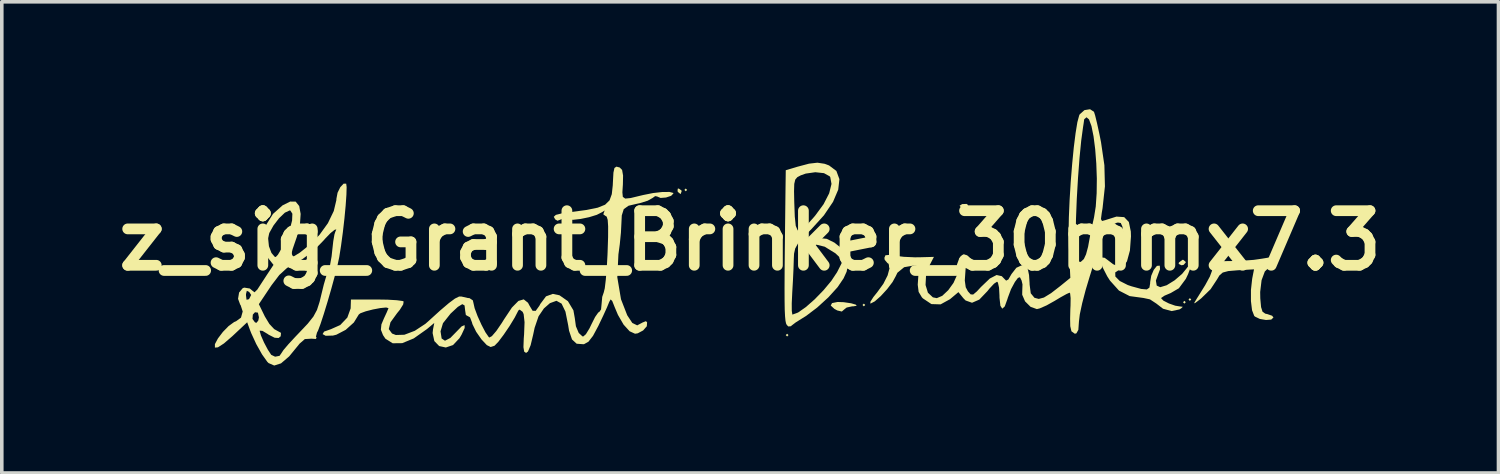
<source format=kicad_pcb>
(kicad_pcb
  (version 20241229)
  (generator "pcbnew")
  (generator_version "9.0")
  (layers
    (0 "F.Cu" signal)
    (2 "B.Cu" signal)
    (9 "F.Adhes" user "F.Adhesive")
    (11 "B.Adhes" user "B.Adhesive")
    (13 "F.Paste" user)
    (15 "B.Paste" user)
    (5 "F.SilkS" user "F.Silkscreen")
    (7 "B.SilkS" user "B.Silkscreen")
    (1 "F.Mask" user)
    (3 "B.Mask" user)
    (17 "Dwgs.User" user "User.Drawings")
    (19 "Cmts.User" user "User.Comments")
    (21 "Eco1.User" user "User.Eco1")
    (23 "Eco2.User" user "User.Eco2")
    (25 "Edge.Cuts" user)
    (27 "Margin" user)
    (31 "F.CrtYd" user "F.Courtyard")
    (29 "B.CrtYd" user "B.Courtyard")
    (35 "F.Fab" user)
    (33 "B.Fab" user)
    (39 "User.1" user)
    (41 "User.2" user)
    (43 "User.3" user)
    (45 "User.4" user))
  (footprint "z_sig_Grant_Brinker_30mmx7.3"
    (layer "F.Cu")
    (at 17.896 3.668)
    (property "Reference" "z_sig_Grant_Brinker_30mmx7.3" (at 0 0 0) (layer "F.SilkS") (effects (font (size 1.524 1.524) (thickness 0.3))))
    (attr board_only exclude_from_pos_files exclude_from_bom)
    (fp_poly (pts (xy -1.76 -1.415) (xy -1.798 -1.377) (xy -1.836 -1.415) (xy -1.798 -1.454)) (stroke (width 0) (type solid)) (fill yes) (layer "F.SilkS"))
    (fp_poly (pts (xy 1.071 2.639) (xy 1.033 2.678) (xy 0.995 2.639) (xy 1.033 2.601)) (stroke (width 0) (type solid)) (fill yes) (layer "F.SilkS"))
    (fp_poly (pts (xy 3.213 1.798) (xy 3.175 1.836) (xy 3.137 1.798) (xy 3.175 1.76)) (stroke (width 0) (type solid)) (fill yes) (layer "F.SilkS"))
    (fp_poly (pts (xy 6.273 -0.727) (xy 6.235 -0.689) (xy 6.197 -0.727) (xy 6.235 -0.765)) (stroke (width 0) (type solid)) (fill yes) (layer "F.SilkS"))
    (fp_poly (pts (xy 11.858 0.574) (xy 11.82 0.612) (xy 11.782 0.574) (xy 11.82 0.536)) (stroke (width 0) (type solid)) (fill yes) (layer "F.SilkS"))
    (fp_poly (pts (xy 12.164 1.721) (xy 12.126 1.76) (xy 12.088 1.721) (xy 12.126 1.683)) (stroke (width 0) (type solid)) (fill yes) (layer "F.SilkS"))
    (fp_poly (pts (xy 12.317 1.645) (xy 12.279 1.683) (xy 12.241 1.645) (xy 12.279 1.607)) (stroke (width 0) (type solid)) (fill yes) (layer "F.SilkS"))
    (fp_poly (pts (xy 6.081 -0.997) (xy 6.082 -0.91) (xy 5.991 -0.881) (xy 5.9 -0.912) (xy 5.848 -0.973) (xy 5.92 -1.019) (xy 6.045 -1.024)) (stroke (width 0) (type solid)) (fill yes) (layer "F.SilkS"))
    (fp_poly (pts (xy -1.916 -1.398) (xy -1.913 -1.377) (xy -1.939 -1.303) (xy -1.946 -1.301) (xy -2.012 -1.354) (xy -2.027 -1.377) (xy -2.021 -1.448) (xy -1.994 -1.454)) (stroke (width 0) (type solid)) (fill yes) (layer "F.SilkS"))
    (fp_poly (pts (xy 12.162 0.594) (xy 12.164 0.612) (xy 12.102 0.679) (xy 12.045 0.689) (xy 11.966 0.651) (xy 11.973 0.612) (xy 12.071 0.538) (xy 12.092 0.536)) (stroke (width 0) (type solid)) (fill yes) (layer "F.SilkS"))
    (fp_poly (pts (xy 2.612 1.72) (xy 2.821 1.751) (xy 2.949 1.788) (xy 2.976 1.82) (xy 2.878 1.836) (xy 2.848 1.836) (xy 2.696 1.869) (xy 2.639 1.913) (xy 2.56 1.981) (xy 2.434 1.951) (xy 2.351 1.906) (xy 2.251 1.813) (xy 2.287 1.745) (xy 2.442 1.714)) (stroke (width 0) (type solid)) (fill yes) (layer "F.SilkS"))
    (fp_poly (pts (xy 14.588 0.488) (xy 14.613 0.559) (xy 14.613 0.566) (xy 14.556 0.7) (xy 14.505 0.735) (xy 14.372 0.862) (xy 14.281 1.106) (xy 14.242 1.434) (xy 14.245 1.614) (xy 14.267 1.857) (xy 14.308 1.986) (xy 14.386 2.041) (xy 14.441 2.052) (xy 14.575 2.098) (xy 14.613 2.147) (xy 14.551 2.206) (xy 14.404 2.217) (xy 14.233 2.188) (xy 14.096 2.122) (xy 14.075 2.101) (xy 14.015 1.945) (xy 13.984 1.689) (xy 13.984 1.381) (xy 14.018 1.072) (xy 14.025 1.033) (xy 14.07 0.803) (xy 13.613 0.829) (xy 13.352 0.851) (xy 13.197 0.892) (xy 13.103 0.974) (xy 13.039 1.082) (xy 12.857 1.358) (xy 12.595 1.613) (xy 12.507 1.683) (xy 12.412 1.753) (xy 12.403 1.735) (xy 12.477 1.612) (xy 12.501 1.575) (xy 12.709 1.24) (xy 12.837 1.004) (xy 12.898 0.841) (xy 12.903 0.729) (xy 12.898 0.709) (xy 12.89 0.638) (xy 12.941 0.596) (xy 13.082 0.577) (xy 13.341 0.572) (xy 13.408 0.572) (xy 13.741 0.562) (xy 14.064 0.538) (xy 14.287 0.506) (xy 14.492 0.472)) (stroke (width 0) (type solid)) (fill yes) (layer "F.SilkS"))
    (fp_poly (pts (xy 2.077 -2.145) (xy 2.203 -2.099) (xy 2.408 -1.945) (xy 2.493 -1.715) (xy 2.46 -1.423) (xy 2.315 -1.082) (xy 2.06 -0.705) (xy 1.719 -0.328) (xy 1.483 -0.089) (xy 1.336 0.082) (xy 1.258 0.222) (xy 1.226 0.367) (xy 1.219 0.521) (xy 1.211 0.782) (xy 1.195 1.122) (xy 1.175 1.468) (xy 1.175 1.473) (xy 1.162 1.752) (xy 1.163 1.96) (xy 1.178 2.061) (xy 1.183 2.066) (xy 1.338 2.009) (xy 1.554 1.858) (xy 1.801 1.641) (xy 2.048 1.387) (xy 2.266 1.126) (xy 2.426 0.885) (xy 2.438 0.862) (xy 2.593 0.557) (xy 2.383 0.356) (xy 2.083 0.171) (xy 1.815 0.105) (xy 1.588 0.056) (xy 1.507 0.001) (xy 1.57 -0.047) (xy 1.771 -0.074) (xy 1.876 -0.077) (xy 2.139 -0.049) (xy 2.354 0.057) (xy 2.484 0.161) (xy 2.679 0.38) (xy 2.748 0.603) (xy 2.694 0.869) (xy 2.609 1.055) (xy 2.44 1.303) (xy 2.182 1.587) (xy 1.875 1.867) (xy 1.564 2.103) (xy 1.454 2.171) (xy 1.273 2.285) (xy 1.155 2.375) (xy 1.141 2.391) (xy 1.067 2.398) (xy 1.024 2.356) (xy 1.003 2.313) (xy 0.987 2.238) (xy 0.975 2.115) (xy 0.966 1.931) (xy 0.962 1.671) (xy 0.961 1.321) (xy 0.963 0.865) (xy 0.968 0.289) (xy 0.976 -0.42) (xy 0.979 -0.657) (xy 0.987 -1.377) (xy 1.226 -1.377) (xy 1.232 -1.076) (xy 1.247 -0.671) (xy 1.274 -0.411) (xy 1.327 -0.287) (xy 1.419 -0.29) (xy 1.562 -0.412) (xy 1.77 -0.643) (xy 1.814 -0.694) (xy 2.05 -1.015) (xy 2.207 -1.32) (xy 2.272 -1.582) (xy 2.237 -1.773) (xy 2.221 -1.795) (xy 2.062 -1.883) (xy 1.82 -1.909) (xy 1.552 -1.871) (xy 1.414 -1.822) (xy 1.318 -1.771) (xy 1.26 -1.703) (xy 1.232 -1.583) (xy 1.226 -1.377) (xy 0.987 -1.377) (xy 0.995 -1.965) (xy 1.32 -2.062) (xy 1.644 -2.148) (xy 1.879 -2.175)) (stroke (width 0) (type solid)) (fill yes) (layer "F.SilkS"))
    (fp_poly (pts (xy -11.279 -1.589) (xy -11.267 -1.495) (xy -11.273 -1.281) (xy -11.294 -0.979) (xy -11.328 -0.62) (xy -11.372 -0.236) (xy -11.423 0.143) (xy -11.473 0.459) (xy -11.522 0.689) (xy -11.6 0.997) (xy -11.696 1.349) (xy -11.801 1.711) (xy -11.904 2.048) (xy -11.996 2.328) (xy -12.066 2.515) (xy -12.095 2.57) (xy -12.124 2.681) (xy -12.106 2.714) (xy -12.127 2.747) (xy -12.251 2.739) (xy -12.434 2.75) (xy -12.583 2.88) (xy -12.595 2.896) (xy -12.87 3.232) (xy -13.099 3.428) (xy -13.289 3.489) (xy -13.449 3.419) (xy -13.481 3.386) (xy -13.629 3.178) (xy -13.791 2.889) (xy -13.931 2.585) (xy -13.965 2.498) (xy -14.044 2.281) (xy -14.459 2.67) (xy -14.694 2.873) (xy -14.862 2.981) (xy -14.945 2.988) (xy -14.945 2.891) (xy -14.861 2.733) (xy -14.723 2.551) (xy -14.562 2.386) (xy -14.408 2.274) (xy -14.354 2.252) (xy -14.265 2.187) (xy -13.896 2.187) (xy -13.826 2.284) (xy -13.783 2.295) (xy -13.733 2.231) (xy -13.716 2.142) (xy -13.744 2.012) (xy -13.826 2.001) (xy -13.886 2.066) (xy -13.896 2.187) (xy -14.265 2.187) (xy -14.217 2.152) (xy -14.169 1.98) (xy -14.227 1.802) (xy -14.24 1.787) (xy -14.244 1.775) (xy -13.718 1.775) (xy -13.55 2.12) (xy -13.424 2.328) (xy -13.291 2.471) (xy -13.233 2.503) (xy -13.1 2.576) (xy -13.108 2.672) (xy -13.166 2.72) (xy -13.277 2.713) (xy -13.442 2.629) (xy -13.472 2.608) (xy -13.615 2.522) (xy -13.691 2.514) (xy -13.695 2.526) (xy -13.659 2.651) (xy -13.574 2.845) (xy -13.467 3.047) (xy -13.373 3.19) (xy -13.264 3.242) (xy -13.14 3.218) (xy -13.083 3.136) (xy -13.032 3.058) (xy -12.898 2.9) (xy -12.703 2.689) (xy -12.592 2.573) (xy -12.352 2.319) (xy -12.196 2.123) (xy -12.095 1.937) (xy -12.023 1.714) (xy -11.976 1.52) (xy -11.905 1.23) (xy -11.834 0.986) (xy -11.78 0.838) (xy -11.778 0.834) (xy -11.73 0.683) (xy -11.687 0.442) (xy -11.668 0.266) (xy -11.64 0.017) (xy -11.608 -0.169) (xy -11.587 -0.235) (xy -11.555 -0.314) (xy -11.606 -0.299) (xy -11.718 -0.208) (xy -11.866 -0.055) (xy -11.915 0.001) (xy -12.074 0.164) (xy -12.201 0.256) (xy -12.249 0.263) (xy -12.302 0.277) (xy -12.3 0.319) (xy -12.352 0.406) (xy -12.511 0.524) (xy -12.675 0.614) (xy -12.933 0.765) (xy -13.146 0.96) (xy -13.363 1.245) (xy -13.394 1.291) (xy -13.718 1.775) (xy -14.244 1.775) (xy -14.299 1.626) (xy -14.283 1.53) (xy -14.077 1.53) (xy -14.062 1.652) (xy -14.004 1.64) (xy -13.985 1.622) (xy -13.933 1.518) (xy -13.985 1.438) (xy -14.054 1.401) (xy -14.077 1.493) (xy -14.077 1.53) (xy -14.283 1.53) (xy -14.27 1.45) (xy -14.169 1.329) (xy -14.125 1.313) (xy -13.971 1.338) (xy -13.91 1.389) (xy -13.84 1.444) (xy -13.761 1.368) (xy -13.748 1.348) (xy -13.646 1.191) (xy -13.511 0.984) (xy -13.483 0.941) (xy -13.309 0.678) (xy -13.464 0.482) (xy -13.594 0.202) (xy -13.603 -0.061) (xy -13.465 -0.061) (xy -13.437 0.157) (xy -13.366 0.345) (xy -13.276 0.451) (xy -13.246 0.459) (xy -13.186 0.395) (xy -13.087 0.228) (xy -12.981 0.016) (xy -12.858 -0.296) (xy -12.79 -0.561) (xy -12.782 -0.751) (xy -12.839 -0.839) (xy -12.858 -0.842) (xy -12.991 -0.78) (xy -13.154 -0.624) (xy -13.31 -0.42) (xy -13.426 -0.213) (xy -13.465 -0.061) (xy -13.603 -0.061) (xy -13.605 -0.119) (xy -13.51 -0.446) (xy -13.322 -0.746) (xy -13.056 -0.984) (xy -12.843 -1.09) (xy -12.69 -1.088) (xy -12.591 -0.965) (xy -12.551 -0.744) (xy -12.571 -0.451) (xy -12.656 -0.107) (xy -12.698 0.014) (xy -12.775 0.238) (xy -12.815 0.397) (xy -12.813 0.448) (xy -12.73 0.433) (xy -12.572 0.335) (xy -12.374 0.178) (xy -12.169 -0.01) (xy -12.023 -0.163) (xy -11.79 -0.486) (xy -11.626 -0.826) (xy -11.554 -1.129) (xy -11.552 -1.169) (xy -11.52 -1.337) (xy -11.443 -1.493) (xy -11.351 -1.59)) (stroke (width 0) (type solid)) (fill yes) (layer "F.SilkS"))
    (fp_poly (pts (xy -3.642 -2.041) (xy -3.575 -1.973) (xy -3.548 -1.817) (xy -3.553 -1.568) (xy -3.567 -1.348) (xy -3.555 -1.221) (xy -3.488 -1.173) (xy -3.337 -1.188) (xy -3.073 -1.252) (xy -2.984 -1.273) (xy -2.709 -1.328) (xy -2.451 -1.357) (xy -2.25 -1.358) (xy -2.148 -1.331) (xy -2.142 -1.317) (xy -2.206 -1.25) (xy -2.349 -1.203) (xy -2.5 -1.191) (xy -2.587 -1.227) (xy -2.588 -1.23) (xy -2.652 -1.242) (xy -2.721 -1.192) (xy -2.861 -1.113) (xy -3.08 -1.045) (xy -3.154 -1.03) (xy -3.396 -0.973) (xy -3.529 -0.878) (xy -3.584 -0.703) (xy -3.595 -0.474) (xy -3.608 -0.221) (xy -3.64 0.105) (xy -3.678 0.386) (xy -3.709 1.025) (xy -3.606 1.638) (xy -3.432 2.085) (xy -3.29 2.3) (xy -3.153 2.367) (xy -3.01 2.291) (xy -3.008 2.289) (xy -2.91 2.25) (xy -2.877 2.282) (xy -2.885 2.392) (xy -2.988 2.509) (xy -3.138 2.589) (xy -3.214 2.601) (xy -3.365 2.532) (xy -3.533 2.347) (xy -3.691 2.075) (xy -3.782 1.859) (xy -3.851 1.686) (xy -3.896 1.643) (xy -3.936 1.715) (xy -3.938 1.721) (xy -3.997 1.865) (xy -4.102 2.096) (xy -4.231 2.366) (xy -4.233 2.372) (xy -4.387 2.659) (xy -4.515 2.824) (xy -4.636 2.891) (xy -4.652 2.894) (xy -4.844 2.88) (xy -4.974 2.76) (xy -5.056 2.517) (xy -5.082 2.357) (xy -5.157 1.984) (xy -5.265 1.76) (xy -5.408 1.681) (xy -5.59 1.747) (xy -5.758 1.894) (xy -5.908 2.114) (xy -6.018 2.436) (xy -6.057 2.62) (xy -6.129 2.921) (xy -6.203 3.097) (xy -6.256 3.137) (xy -6.309 3.101) (xy -6.33 2.975) (xy -6.321 2.734) (xy -6.312 2.62) (xy -6.299 2.279) (xy -6.324 2.054) (xy -6.353 1.989) (xy -6.436 1.927) (xy -6.471 1.951) (xy -6.573 2.149) (xy -6.719 2.389) (xy -6.882 2.629) (xy -7.03 2.825) (xy -7.135 2.934) (xy -7.14 2.937) (xy -7.245 2.972) (xy -7.352 2.919) (xy -7.5 2.761) (xy -7.65 2.546) (xy -7.754 2.333) (xy -7.768 2.282) (xy -7.822 2.142) (xy -7.886 2.107) (xy -7.886 2.108) (xy -7.938 2.077) (xy -7.957 1.955) (xy -7.974 1.811) (xy -8.037 1.775) (xy -8.162 1.851) (xy -8.365 2.04) (xy -8.577 2.307) (xy -8.645 2.533) (xy -8.614 2.734) (xy -8.521 2.796) (xy -8.372 2.719) (xy -8.212 2.556) (xy -8.055 2.395) (xy -7.973 2.36) (xy -7.971 2.44) (xy -8.057 2.626) (xy -8.116 2.726) (xy -8.296 2.917) (xy -8.497 2.985) (xy -8.683 2.945) (xy -8.818 2.806) (xy -8.866 2.582) (xy -8.855 2.48) (xy -8.82 2.3) (xy -9.023 2.47) (xy -9.392 2.731) (xy -9.714 2.864) (xy -9.981 2.867) (xy -10.184 2.74) (xy -10.251 2.64) (xy -10.311 2.488) (xy -10.296 2.341) (xy -10.227 2.177) (xy -10.145 2) (xy -10.101 1.895) (xy -10.099 1.886) (xy -10.164 1.868) (xy -10.324 1.884) (xy -10.531 1.923) (xy -10.734 1.975) (xy -10.882 2.029) (xy -10.927 2.063) (xy -11.065 2.287) (xy -11.293 2.492) (xy -11.553 2.628) (xy -11.648 2.652) (xy -11.852 2.658) (xy -11.938 2.611) (xy -11.896 2.541) (xy -11.715 2.477) (xy -11.711 2.476) (xy -11.446 2.358) (xy -11.247 2.149) (xy -11.155 1.893) (xy -11.154 1.864) (xy -11.147 1.645) (xy -10.438 1.645) (xy -10.122 1.65) (xy -9.866 1.665) (xy -9.706 1.687) (xy -9.675 1.7) (xy -9.688 1.783) (xy -9.783 1.935) (xy -9.859 2.028) (xy -10.043 2.282) (xy -10.09 2.471) (xy -9.999 2.595) (xy -9.894 2.636) (xy -9.654 2.629) (xy -9.364 2.519) (xy -9.069 2.325) (xy -8.991 2.257) (xy -8.656 1.953) (xy -8.412 1.745) (xy -8.242 1.619) (xy -8.128 1.563) (xy -8.057 1.563) (xy -7.885 1.603) (xy -7.836 1.607) (xy -7.743 1.669) (xy -7.726 1.741) (xy -7.693 1.888) (xy -7.611 2.108) (xy -7.502 2.349) (xy -7.391 2.561) (xy -7.3 2.692) (xy -7.282 2.707) (xy -7.211 2.668) (xy -7.087 2.524) (xy -6.934 2.3) (xy -6.872 2.2) (xy -6.652 1.87) (xy -6.47 1.685) (xy -6.322 1.641) (xy -6.203 1.736) (xy -6.16 1.817) (xy -6.074 1.96) (xy -5.988 1.962) (xy -5.885 1.82) (xy -5.858 1.769) (xy -5.7 1.557) (xy -5.51 1.488) (xy -5.324 1.527) (xy -5.088 1.692) (xy -4.935 1.947) (xy -4.896 2.164) (xy -4.865 2.392) (xy -4.786 2.579) (xy -4.683 2.674) (xy -4.66 2.678) (xy -4.586 2.614) (xy -4.486 2.451) (xy -4.429 2.333) (xy -4.329 2.134) (xy -4.242 2.01) (xy -4.209 1.989) (xy -4.163 1.923) (xy -4.148 1.771) (xy -4.13 1.572) (xy -4.087 1.446) (xy -4.059 1.332) (xy -4.031 1.098) (xy -4.004 0.776) (xy -3.983 0.397) (xy -3.98 0.325) (xy -3.966 -0.101) (xy -3.965 -0.395) (xy -3.977 -0.577) (xy -4.005 -0.668) (xy -4.04 -0.689) (xy -4.1 -0.734) (xy -4.083 -0.784) (xy -4.061 -0.841) (xy -4.136 -0.793) (xy -4.282 -0.719) (xy -4.497 -0.653) (xy -4.735 -0.604) (xy -4.947 -0.58) (xy -5.086 -0.591) (xy -5.113 -0.612) (xy -5.176 -0.65) (xy -5.251 -0.603) (xy -5.379 -0.554) (xy -5.442 -0.591) (xy -5.483 -0.664) (xy -5.425 -0.718) (xy -5.248 -0.762) (xy -5.011 -0.796) (xy -4.569 -0.855) (xy -4.256 -0.919) (xy -4.05 -1.002) (xy -3.926 -1.123) (xy -3.863 -1.296) (xy -3.836 -1.54) (xy -3.831 -1.643) (xy -3.817 -1.897) (xy -3.789 -2.027) (xy -3.734 -2.065)) (stroke (width 0) (type solid)) (fill yes) (layer "F.SilkS"))
    (fp_poly (pts (xy 9.601 -3.597) (xy 9.634 -3.493) (xy 9.687 -3.275) (xy 9.752 -2.978) (xy 9.798 -2.747) (xy 9.892 -2.104) (xy 9.907 -1.515) (xy 9.841 -0.906) (xy 9.818 -0.772) (xy 9.796 -0.601) (xy 9.826 -0.547) (xy 9.916 -0.571) (xy 10.229 -0.67) (xy 10.445 -0.655) (xy 10.575 -0.519) (xy 10.63 -0.253) (xy 10.634 -0.117) (xy 10.605 0.277) (xy 10.523 0.579) (xy 10.396 0.764) (xy 10.322 0.805) (xy 10.195 0.889) (xy 10.198 1.003) (xy 10.32 1.127) (xy 10.545 1.241) (xy 10.648 1.276) (xy 10.919 1.35) (xy 11.076 1.364) (xy 11.149 1.314) (xy 11.17 1.191) (xy 11.17 1.162) (xy 11.2 0.982) (xy 11.271 0.816) (xy 11.359 0.706) (xy 11.436 0.7) (xy 11.438 0.701) (xy 11.446 0.8) (xy 11.406 0.906) (xy 11.33 1.116) (xy 11.353 1.257) (xy 11.452 1.301) (xy 11.631 1.247) (xy 11.852 1.11) (xy 12.062 0.93) (xy 12.192 0.77) (xy 12.278 0.655) (xy 12.312 0.66) (xy 12.294 0.761) (xy 12.229 0.936) (xy 12.166 1.069) (xy 11.972 1.331) (xy 11.745 1.464) (xy 11.571 1.538) (xy 11.48 1.6) (xy 11.476 1.61) (xy 11.54 1.677) (xy 11.692 1.755) (xy 11.871 1.818) (xy 11.996 1.838) (xy 12.081 1.849) (xy 12.034 1.894) (xy 11.987 1.922) (xy 11.77 1.968) (xy 11.53 1.903) (xy 11.342 1.758) (xy 11.164 1.641) (xy 10.981 1.602) (xy 10.598 1.55) (xy 10.299 1.396) (xy 10.048 1.117) (xy 9.971 0.997) (xy 9.842 0.746) (xy 9.789 0.565) (xy 9.809 0.47) (xy 9.901 0.481) (xy 10.007 0.56) (xy 10.136 0.659) (xy 10.204 0.689) (xy 10.289 0.62) (xy 10.363 0.443) (xy 10.415 0.203) (xy 10.433 -0.055) (xy 10.426 -0.174) (xy 10.394 -0.392) (xy 10.349 -0.491) (xy 10.269 -0.504) (xy 10.223 -0.493) (xy 10.048 -0.398) (xy 9.889 -0.245) (xy 9.798 -0.088) (xy 9.792 -0.049) (xy 9.77 0.053) (xy 9.708 0.271) (xy 9.617 0.573) (xy 9.505 0.929) (xy 9.486 0.988) (xy 9.369 1.378) (xy 9.272 1.748) (xy 9.206 2.056) (xy 9.181 2.263) (xy 9.181 2.269) (xy 9.165 2.492) (xy 9.11 2.59) (xy 9.066 2.601) (xy 8.972 2.533) (xy 8.939 2.391) (xy 8.935 2.183) (xy 8.941 1.913) (xy 8.946 1.817) (xy 8.949 1.605) (xy 8.935 1.474) (xy 8.921 1.454) (xy 8.837 1.491) (xy 8.665 1.586) (xy 8.504 1.683) (xy 8.277 1.81) (xy 8.088 1.893) (xy 8.006 1.913) (xy 7.83 1.849) (xy 7.677 1.697) (xy 7.597 1.513) (xy 7.598 1.428) (xy 7.605 1.223) (xy 7.58 1.115) (xy 7.534 1.023) (xy 7.478 1.042) (xy 7.394 1.154) (xy 7.285 1.356) (xy 7.193 1.602) (xy 7.187 1.626) (xy 7.11 1.838) (xy 7.04 1.901) (xy 6.988 1.82) (xy 6.963 1.597) (xy 6.962 1.53) (xy 6.95 1.312) (xy 6.919 1.173) (xy 6.895 1.148) (xy 6.811 1.203) (xy 6.68 1.343) (xy 6.627 1.41) (xy 6.399 1.648) (xy 6.196 1.736) (xy 6.016 1.672) (xy 5.954 1.609) (xy 5.816 1.439) (xy 5.58 1.637) (xy 5.318 1.781) (xy 5.062 1.773) (xy 4.824 1.614) (xy 4.794 1.582) (xy 4.705 1.432) (xy 4.68 1.232) (xy 4.692 1.054) (xy 4.708 0.831) (xy 4.686 0.722) (xy 4.618 0.69) (xy 4.604 0.69) (xy 4.301 0.743) (xy 4.112 0.898) (xy 4.067 0.992) (xy 3.977 1.157) (xy 3.825 1.356) (xy 3.648 1.549) (xy 3.481 1.697) (xy 3.362 1.759) (xy 3.358 1.76) (xy 3.358 1.708) (xy 3.442 1.576) (xy 3.547 1.445) (xy 3.72 1.207) (xy 3.839 0.972) (xy 3.892 0.774) (xy 3.867 0.649) (xy 3.835 0.628) (xy 3.758 0.537) (xy 3.749 0.482) (xy 3.778 0.41) (xy 3.891 0.399) (xy 4.036 0.421) (xy 4.288 0.453) (xy 4.596 0.467) (xy 4.727 0.466) (xy 5.132 0.455) (xy 5.014 0.683) (xy 4.912 0.97) (xy 4.898 1.239) (xy 4.964 1.455) (xy 5.103 1.585) (xy 5.212 1.607) (xy 5.364 1.543) (xy 5.532 1.385) (xy 5.679 1.181) (xy 5.769 0.979) (xy 5.777 0.859) (xy 5.775 0.671) (xy 5.839 0.495) (xy 5.941 0.391) (xy 5.98 0.383) (xy 6.026 0.45) (xy 6.029 0.657) (xy 6.014 0.824) (xy 5.994 1.114) (xy 6.02 1.303) (xy 6.081 1.417) (xy 6.157 1.501) (xy 6.227 1.507) (xy 6.33 1.42) (xy 6.446 1.295) (xy 6.692 1.06) (xy 6.882 0.961) (xy 7.027 0.994) (xy 7.077 1.046) (xy 7.148 1.118) (xy 7.21 1.086) (xy 7.299 0.933) (xy 7.434 0.759) (xy 7.584 0.69) (xy 7.712 0.736) (xy 7.757 0.81) (xy 7.788 0.963) (xy 7.803 1.186) (xy 7.804 1.228) (xy 7.836 1.472) (xy 7.939 1.597) (xy 8.059 1.629) (xy 8.204 1.59) (xy 8.403 1.468) (xy 8.664 1.266) (xy 8.941 1.041) (xy 8.899 0.157) (xy 8.894 -0.108) (xy 9.09 -0.108) (xy 9.092 0.134) (xy 9.112 0.428) (xy 9.156 0.58) (xy 9.229 0.597) (xy 9.318 0.516) (xy 9.38 0.383) (xy 9.437 0.171) (xy 9.447 0.115) (xy 9.493 -0.135) (xy 9.558 -0.448) (xy 9.603 -0.65) (xy 9.651 -0.953) (xy 9.676 -1.323) (xy 9.681 -1.731) (xy 9.666 -2.151) (xy 9.635 -2.553) (xy 9.589 -2.912) (xy 9.531 -3.198) (xy 9.462 -3.384) (xy 9.393 -3.443) (xy 9.328 -3.387) (xy 9.328 -3.385) (xy 9.312 -3.269) (xy 9.297 -3.175) (xy 9.245 -2.793) (xy 9.197 -2.302) (xy 9.155 -1.744) (xy 9.121 -1.164) (xy 9.099 -0.604) (xy 9.09 -0.108) (xy 8.894 -0.108) (xy 8.892 -0.21) (xy 8.9 -0.649) (xy 8.921 -1.136) (xy 8.952 -1.64) (xy 8.992 -2.137) (xy 9.037 -2.598) (xy 9.087 -2.996) (xy 9.137 -3.304) (xy 9.188 -3.495) (xy 9.203 -3.526) (xy 9.335 -3.643) (xy 9.491 -3.668)) (stroke (width 0) (type solid)) (fill yes) (layer "F.SilkS")))
  (gr_rect
    (start -3 -3)
    (end 38.792 10.157)
    (stroke (width 0.1) (type default))
    (fill no)
    (layer "Edge.Cuts")))
</source>
